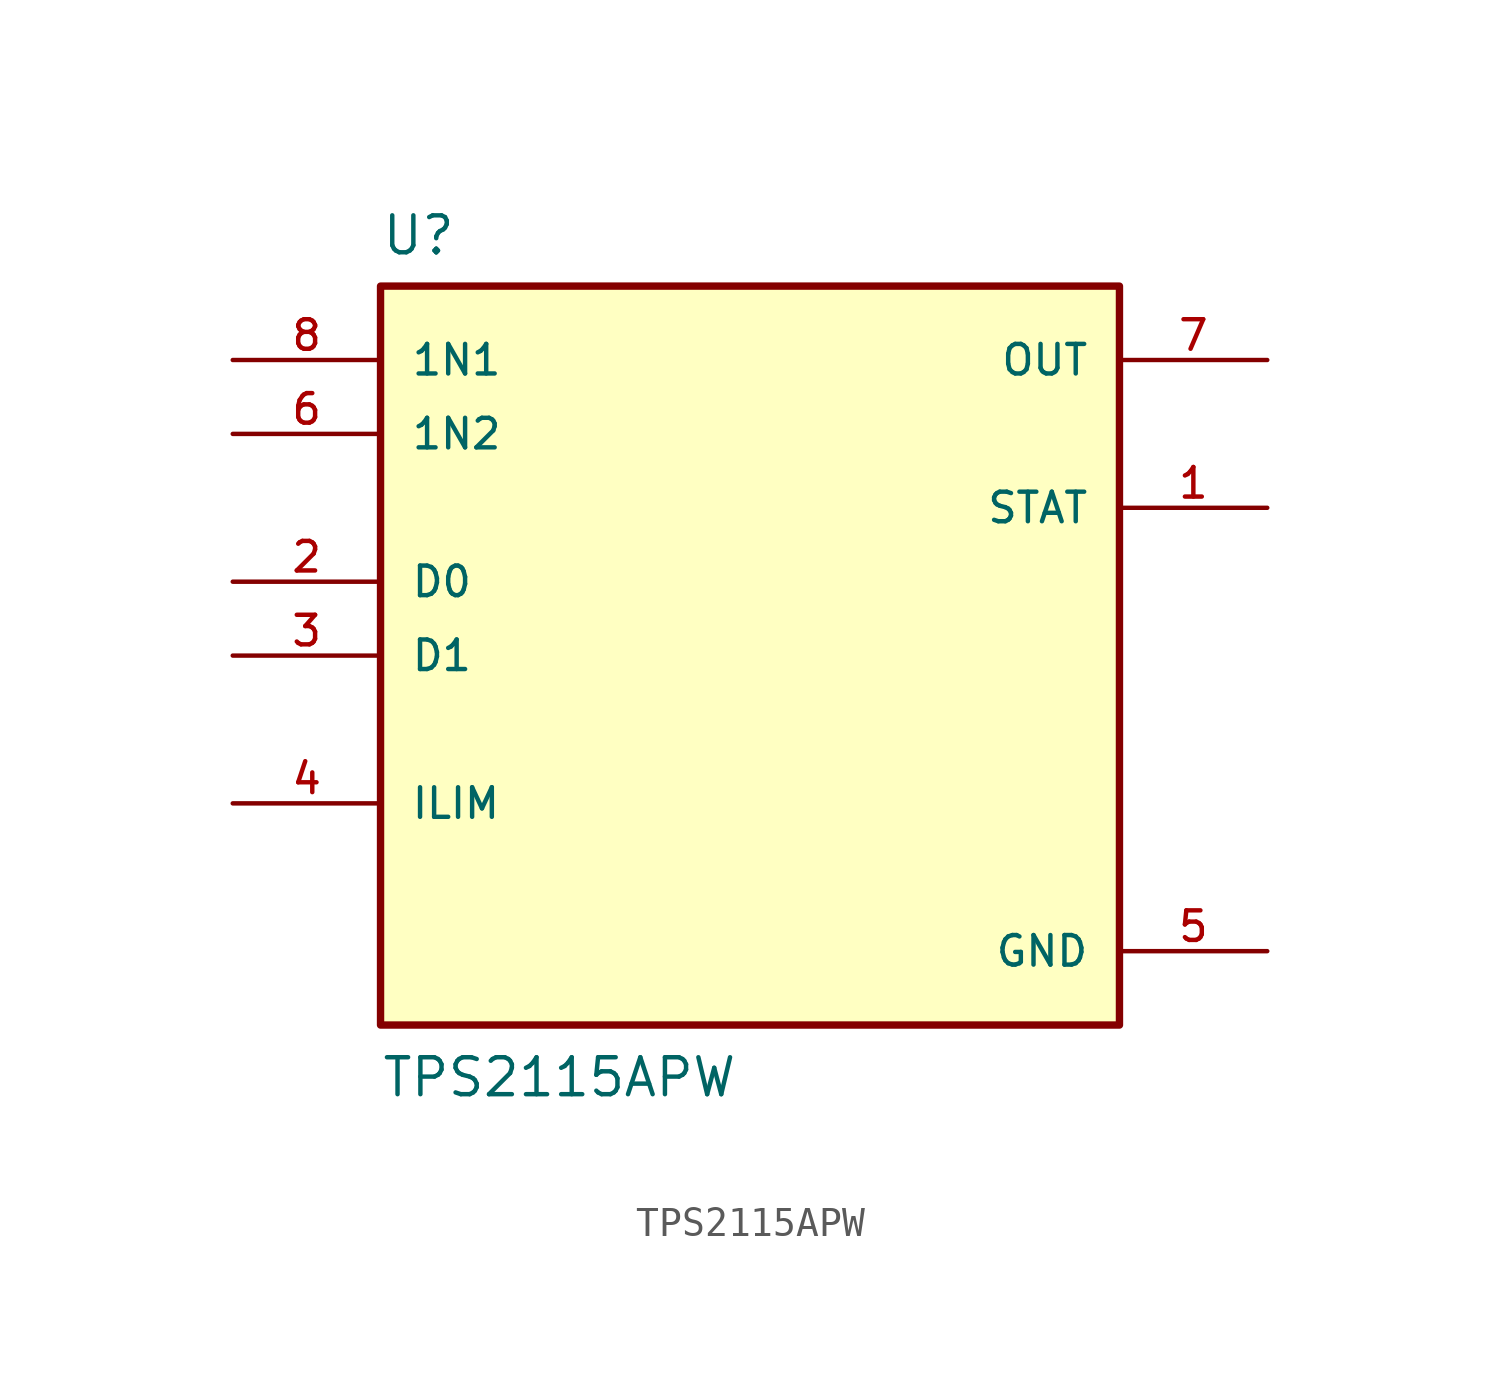
<source format=kicad_sym>
(kicad_symbol_lib
  (version 20211014)
  (generator kicad_symbol_editor)
  (symbol "TPS2115APW"
    (pin_names
      (offset 1.016))
    (property "Reference" "U"
      (at -12.7 13.7 0.0)
      (effects (font (size 1.27 1.27)) (justify bottom left)))
    (property "Value" "TPS2115APW"
      (at -12.7 -15.24 0.0)
      (effects (font (size 1.27 1.27)) (justify bottom left)))
    (symbol "TPS2115APW_0_0"
      (rectangle (start -12.7 -12.7) (end 12.7 12.7) (stroke (width 0.254)) (fill (type background)))
      (pin input line (at -17.78 10.16 0) (length 5.08) (name "1N1" (effects (font (size 1.016 1.016)))) (number "8" (effects (font (size 1.016 1.016)))))
      (pin input line (at -17.78 7.62 0) (length 5.08) (name "1N2" (effects (font (size 1.016 1.016)))) (number "6" (effects (font (size 1.016 1.016)))))
      (pin input line (at -17.78 2.54 0) (length 5.08) (name "D0" (effects (font (size 1.016 1.016)))) (number "2" (effects (font (size 1.016 1.016)))))
      (pin input line (at -17.78 0.0 0) (length 5.08) (name "D1" (effects (font (size 1.016 1.016)))) (number "3" (effects (font (size 1.016 1.016)))))
      (pin passive line (at -17.78 -5.08 0) (length 5.08) (name "ILIM" (effects (font (size 1.016 1.016)))) (number "4" (effects (font (size 1.016 1.016)))))
      (pin output line (at 17.78 10.16 180.0) (length 5.08) (name "OUT" (effects (font (size 1.016 1.016)))) (number "7" (effects (font (size 1.016 1.016)))))
      (pin output line (at 17.78 5.08 180.0) (length 5.08) (name "STAT" (effects (font (size 1.016 1.016)))) (number "1" (effects (font (size 1.016 1.016)))))
      (pin power_in line (at 17.78 -10.16 180.0) (length 5.08) (name "GND" (effects (font (size 1.016 1.016)))) (number "5" (effects (font (size 1.016 1.016))))))))
</source>
